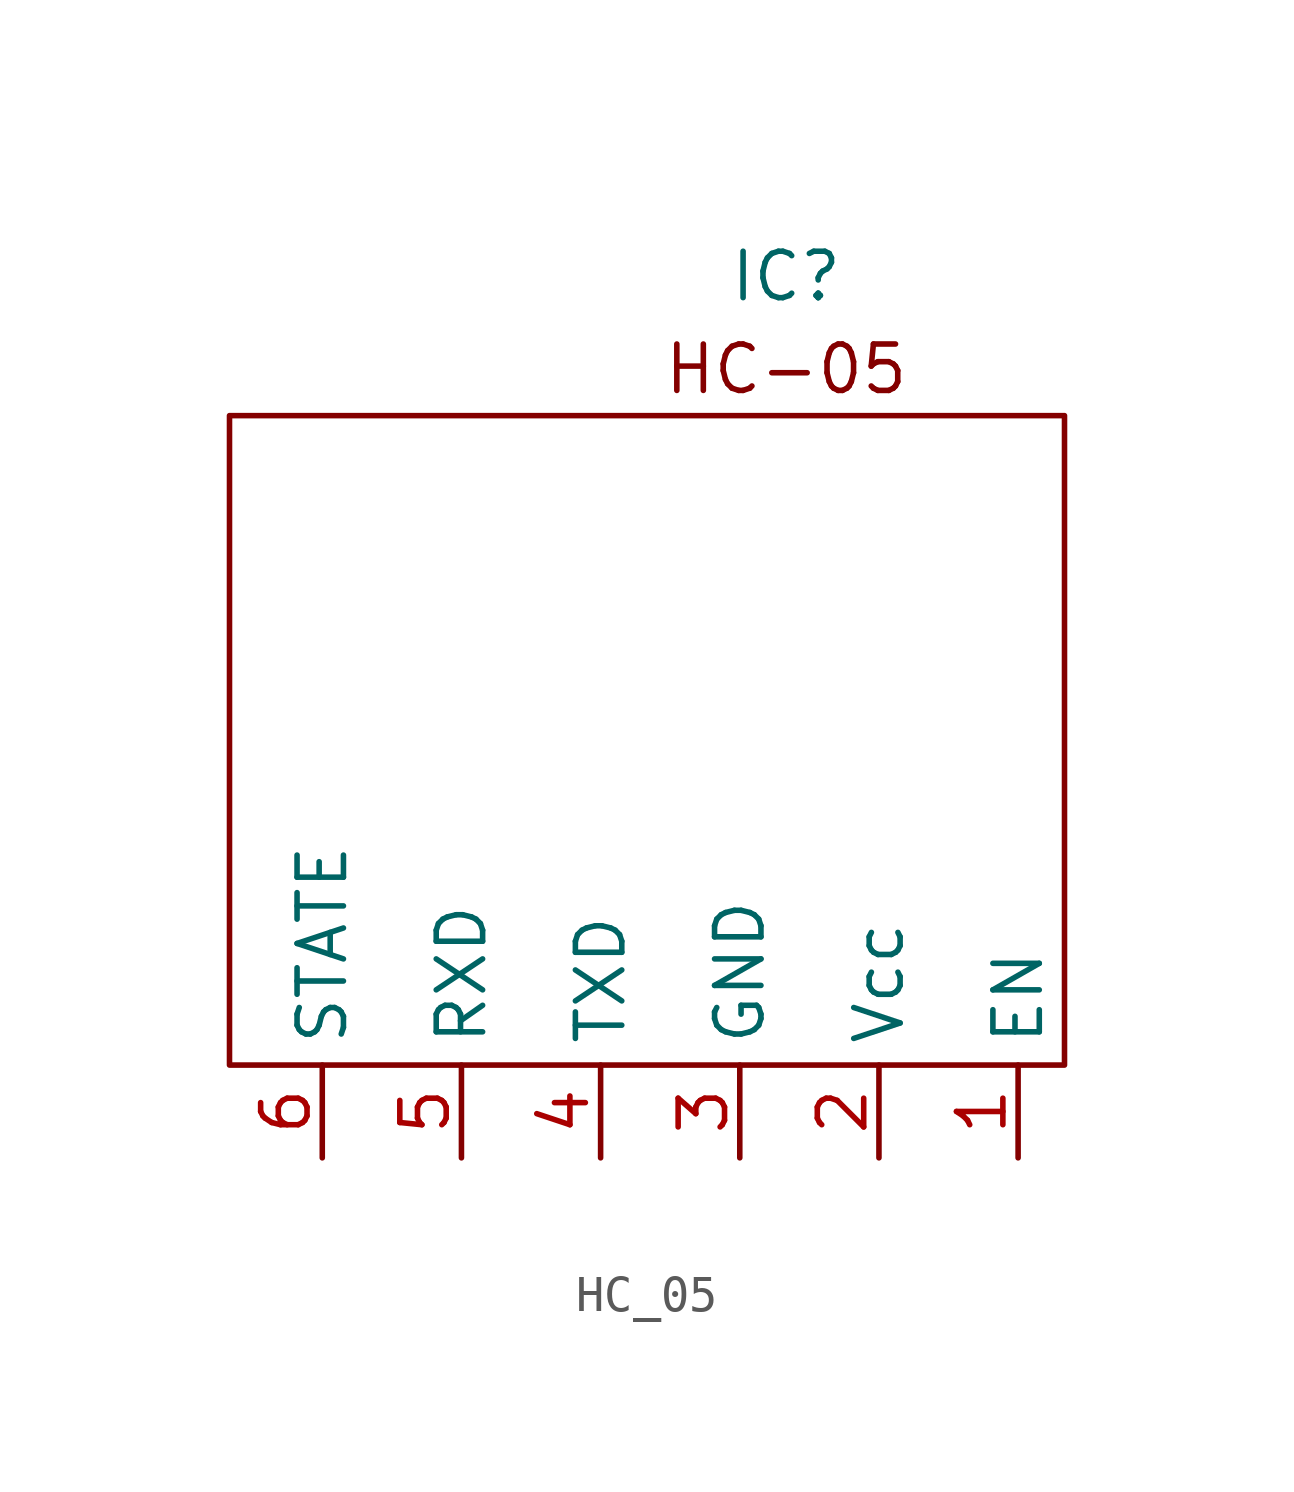
<source format=kicad_sym>
(kicad_symbol_lib
  (version 20220914)
  (generator kicad_symbol_editor)
  (symbol "HC_05"
    (property "Reference" "IC"
      (at 0 11.43 0)
      (effects (font (size 1.27 1.27))))
    (property "Value" ""
      (at 2.54 -3.81 0)
      (effects (font (size 1.27 1.27))))
    (symbol "HC_05_0_1"
      (rectangle (start -15.24 7.62) (end 7.62 -10.16) (stroke (width 0) (type default)) (fill (type none)))
      (text "HC-05" (at 0 8.89 0) (effects (font (size 1.27 1.27)))))
    (symbol "HC_05_1_1"
      (pin input line (at 6.35 -12.7 90) (length 2.54) (name "EN" (effects (font (size 1.27 1.27)))) (number "1" (effects (font (size 1.27 1.27)))))
      (pin input line (at 2.54 -12.7 90) (length 2.54) (name "Vcc" (effects (font (size 1.27 1.27)))) (number "2" (effects (font (size 1.27 1.27)))))
      (pin power_out line (at -1.27 -12.7 90) (length 2.54) (name "GND" (effects (font (size 1.27 1.27)))) (number "3" (effects (font (size 1.27 1.27)))))
      (pin output line (at -5.08 -12.7 90) (length 2.54) (name "TXD" (effects (font (size 1.27 1.27)))) (number "4" (effects (font (size 1.27 1.27)))))
      (pin input line (at -8.89 -12.7 90) (length 2.54) (name "RXD" (effects (font (size 1.27 1.27)))) (number "5" (effects (font (size 1.27 1.27)))))
      (pin input line (at -12.7 -12.7 90) (length 2.54) (name "STATE" (effects (font (size 1.27 1.27)))) (number "6" (effects (font (size 1.27 1.27))))))))
</source>
